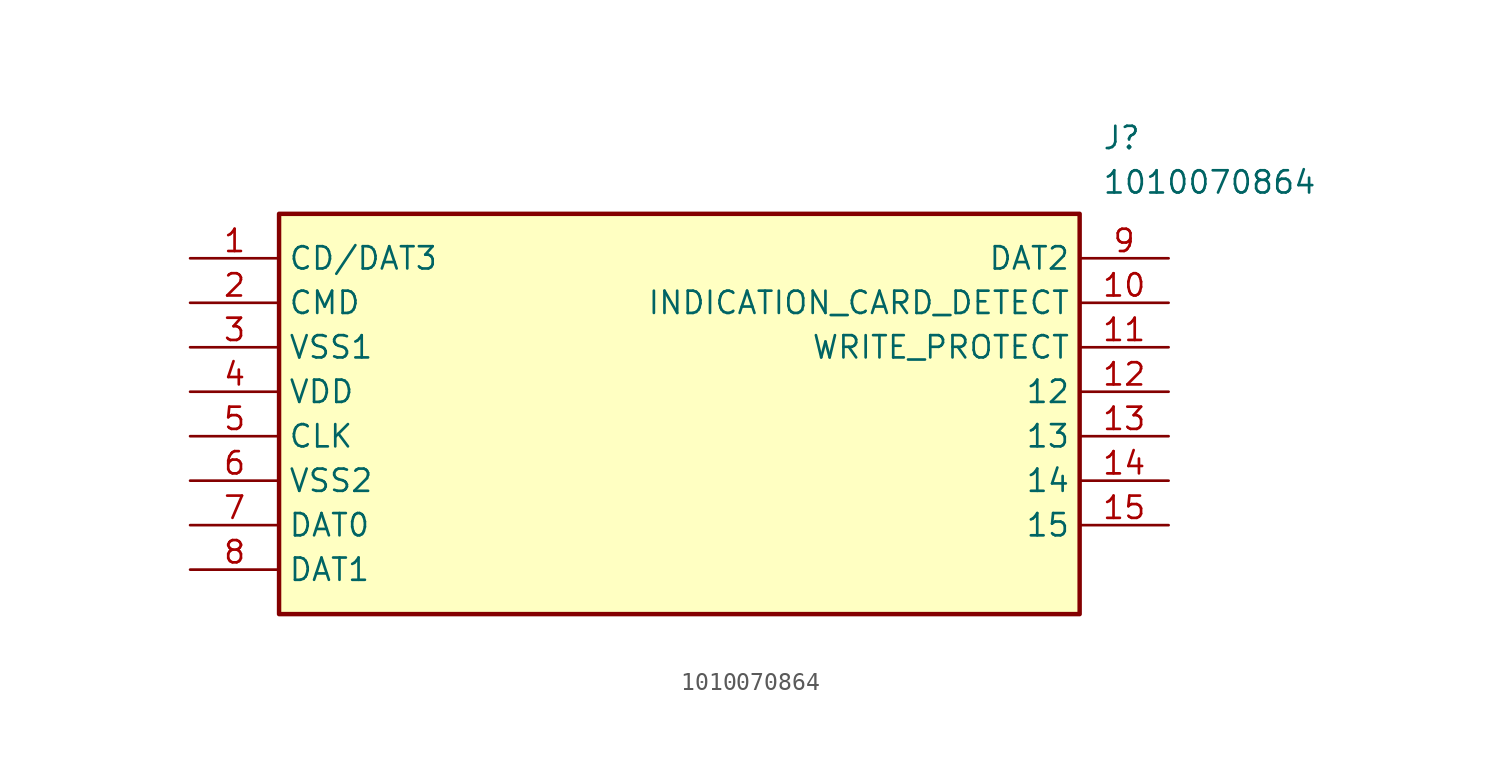
<source format=kicad_sym>
(kicad_symbol_lib
  (version 20211014)
  (generator SamacSys_ECAD_Model)
  (symbol "1010070864"
    (property "Reference" "J"
      (at 52.07 7.62 0)
      (effects (font (size 1.27 1.27)) (justify left top)))
    (property "Value" "1010070864"
      (at 52.07 5.08 0)
      (effects (font (size 1.27 1.27)) (justify left top)))
    (rectangle
      (start 5.08 2.54)
      (end 50.8 -20.32)
      (stroke (width 0.254) (type default))
      (fill (type background)))
    (pin passive line
      (at 0 0 0)
      (length 5.08)
      (name "CD/DAT3" (effects (font (size 1.27 1.27))))
      (number "1" (effects (font (size 1.27 1.27)))))
    (pin passive line
      (at 0 -2.54 0)
      (length 5.08)
      (name "CMD" (effects (font (size 1.27 1.27))))
      (number "2" (effects (font (size 1.27 1.27)))))
    (pin passive line
      (at 0 -5.08 0)
      (length 5.08)
      (name "VSS1" (effects (font (size 1.27 1.27))))
      (number "3" (effects (font (size 1.27 1.27)))))
    (pin passive line
      (at 0 -7.62 0)
      (length 5.08)
      (name "VDD" (effects (font (size 1.27 1.27))))
      (number "4" (effects (font (size 1.27 1.27)))))
    (pin passive line
      (at 0 -10.16 0)
      (length 5.08)
      (name "CLK" (effects (font (size 1.27 1.27))))
      (number "5" (effects (font (size 1.27 1.27)))))
    (pin passive line
      (at 0 -12.7 0)
      (length 5.08)
      (name "VSS2" (effects (font (size 1.27 1.27))))
      (number "6" (effects (font (size 1.27 1.27)))))
    (pin passive line
      (at 0 -15.24 0)
      (length 5.08)
      (name "DAT0" (effects (font (size 1.27 1.27))))
      (number "7" (effects (font (size 1.27 1.27)))))
    (pin passive line
      (at 0 -17.78 0)
      (length 5.08)
      (name "DAT1" (effects (font (size 1.27 1.27))))
      (number "8" (effects (font (size 1.27 1.27)))))
    (pin passive line
      (at 55.88 0 180)
      (length 5.08)
      (name "DAT2" (effects (font (size 1.27 1.27))))
      (number "9" (effects (font (size 1.27 1.27)))))
    (pin passive line
      (at 55.88 -2.54 180)
      (length 5.08)
      (name "INDICATION_CARD_DETECT" (effects (font (size 1.27 1.27))))
      (number "10" (effects (font (size 1.27 1.27)))))
    (pin passive line
      (at 55.88 -5.08 180)
      (length 5.08)
      (name "WRITE_PROTECT" (effects (font (size 1.27 1.27))))
      (number "11" (effects (font (size 1.27 1.27)))))
    (pin passive line
      (at 55.88 -7.62 180)
      (length 5.08)
      (name "12" (effects (font (size 1.27 1.27))))
      (number "12" (effects (font (size 1.27 1.27)))))
    (pin passive line
      (at 55.88 -10.16 180)
      (length 5.08)
      (name "13" (effects (font (size 1.27 1.27))))
      (number "13" (effects (font (size 1.27 1.27)))))
    (pin passive line
      (at 55.88 -12.7 180)
      (length 5.08)
      (name "14" (effects (font (size 1.27 1.27))))
      (number "14" (effects (font (size 1.27 1.27)))))
    (pin passive line
      (at 55.88 -15.24 180)
      (length 5.08)
      (name "15" (effects (font (size 1.27 1.27))))
      (number "15" (effects (font (size 1.27 1.27)))))))
</source>
